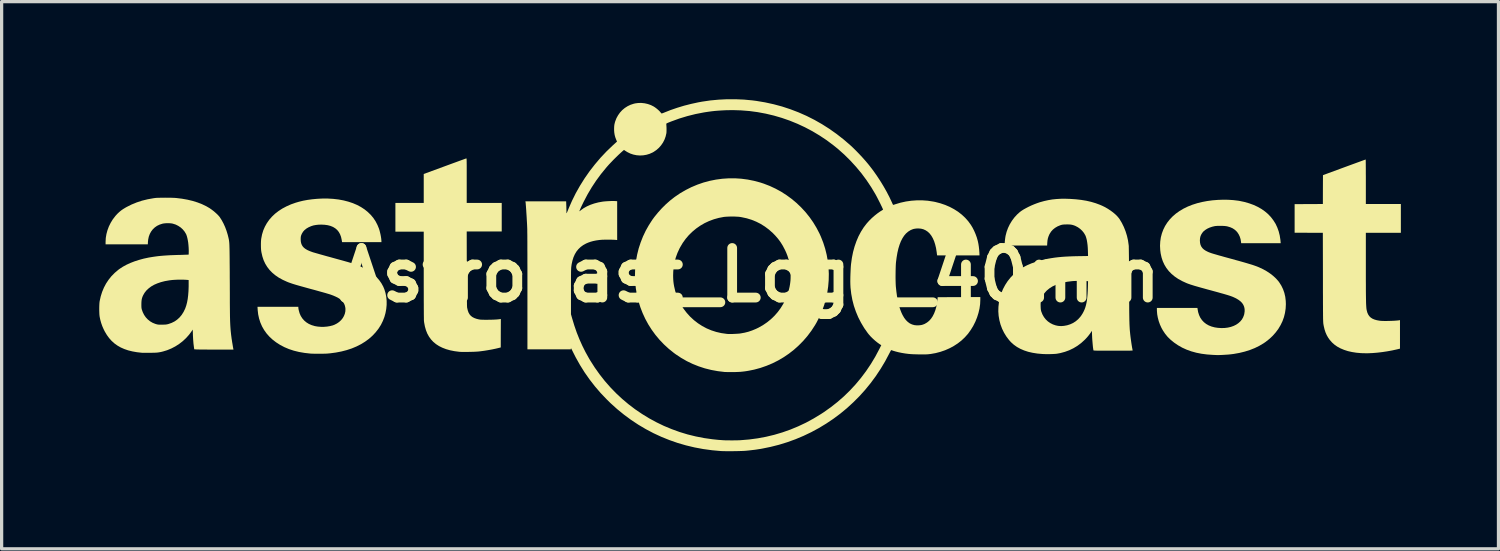
<source format=kicad_pcb>
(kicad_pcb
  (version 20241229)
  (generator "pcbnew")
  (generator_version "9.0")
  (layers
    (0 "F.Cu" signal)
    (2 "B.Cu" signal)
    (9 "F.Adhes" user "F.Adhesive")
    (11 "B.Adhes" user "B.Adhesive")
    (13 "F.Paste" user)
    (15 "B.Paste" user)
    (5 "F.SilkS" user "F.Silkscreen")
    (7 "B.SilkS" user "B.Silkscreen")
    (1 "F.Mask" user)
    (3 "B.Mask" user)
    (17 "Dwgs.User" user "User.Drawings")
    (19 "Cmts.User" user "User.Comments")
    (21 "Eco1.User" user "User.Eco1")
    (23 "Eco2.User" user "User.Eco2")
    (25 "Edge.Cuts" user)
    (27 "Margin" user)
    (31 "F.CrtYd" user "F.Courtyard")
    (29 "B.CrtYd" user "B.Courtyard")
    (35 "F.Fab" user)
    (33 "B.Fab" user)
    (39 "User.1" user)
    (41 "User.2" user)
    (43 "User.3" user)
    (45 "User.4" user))
  (footprint "Astrocast_Logo_40mm"
    (layer "F.Cu")
    (at 19.997 5.406)
    (property "Reference" "Astrocast_Logo_40mm" (at 0 0 0) (layer "F.SilkS") (effects (font (size 1.524 1.524) (thickness 0.3))))
    (attr board_only exclude_from_pos_files exclude_from_bom)
    (fp_poly (pts (xy -8.713 -3.587) (xy -8.711 -3.586) (xy -8.71 -3.582) (xy -8.708 -3.576) (xy -8.707 -3.566) (xy -8.706 -3.551) (xy -8.705 -3.531) (xy -8.705 -3.505) (xy -8.704 -3.472) (xy -8.704 -3.432) (xy -8.703 -3.383) (xy -8.703 -3.325) (xy -8.703 -3.257) (xy -8.703 -3.178) (xy -8.703 -3.088) (xy -8.703 -2.985) (xy -8.703 -2.905) (xy -8.703 -2.22) (xy -7.627 -2.22) (xy -7.627 -1.342) (xy -8.703 -1.342) (xy -8.701 -0.196) (xy -8.701 -0.041) (xy -8.7 0.1) (xy -8.7 0.229) (xy -8.699 0.345) (xy -8.699 0.451) (xy -8.699 0.545) (xy -8.698 0.629) (xy -8.697 0.702) (xy -8.697 0.767) (xy -8.696 0.822) (xy -8.695 0.869) (xy -8.695 0.908) (xy -8.694 0.94) (xy -8.693 0.964) (xy -8.692 0.983) (xy -8.691 0.996) (xy -8.69 1.001) (xy -8.672 1.079) (xy -8.649 1.146) (xy -8.617 1.203) (xy -8.577 1.25) (xy -8.528 1.288) (xy -8.469 1.319) (xy -8.398 1.344) (xy -8.348 1.356) (xy -8.327 1.361) (xy -8.306 1.364) (xy -8.286 1.367) (xy -8.262 1.369) (xy -8.234 1.37) (xy -8.199 1.371) (xy -8.155 1.372) (xy -8.101 1.372) (xy -8.073 1.372) (xy -7.968 1.371) (xy -7.875 1.368) (xy -7.795 1.364) (xy -7.727 1.358) (xy -7.676 1.351) (xy -7.654 1.347) (xy -7.656 1.785) (xy -7.657 2.222) (xy -7.719 2.238) (xy -7.821 2.262) (xy -7.932 2.285) (xy -8.049 2.306) (xy -8.166 2.325) (xy -8.28 2.34) (xy -8.332 2.346) (xy -8.369 2.349) (xy -8.416 2.352) (xy -8.471 2.355) (xy -8.532 2.357) (xy -8.596 2.358) (xy -8.661 2.36) (xy -8.725 2.36) (xy -8.785 2.36) (xy -8.839 2.36) (xy -8.885 2.359) (xy -8.92 2.357) (xy -8.931 2.356) (xy -9.077 2.337) (xy -9.213 2.31) (xy -9.337 2.275) (xy -9.451 2.231) (xy -9.554 2.18) (xy -9.647 2.12) (xy -9.729 2.052) (xy -9.801 1.975) (xy -9.863 1.889) (xy -9.915 1.795) (xy -9.956 1.691) (xy -9.988 1.579) (xy -10.011 1.458) (xy -10.017 1.408) (xy -10.018 1.392) (xy -10.019 1.362) (xy -10.019 1.319) (xy -10.02 1.263) (xy -10.021 1.194) (xy -10.021 1.111) (xy -10.022 1.016) (xy -10.022 0.907) (xy -10.023 0.786) (xy -10.023 0.653) (xy -10.023 0.507) (xy -10.024 0.348) (xy -10.024 0.177) (xy -10.024 0.004) (xy -10.024 -1.335) (xy -10.895 -1.335) (xy -10.895 -2.22) (xy -10.024 -2.22) (xy -10.024 -3.109) (xy -9.376 -3.347) (xy -9.286 -3.38) (xy -9.199 -3.412) (xy -9.117 -3.442) (xy -9.04 -3.47) (xy -8.969 -3.496) (xy -8.904 -3.52) (xy -8.848 -3.54) (xy -8.801 -3.557) (xy -8.763 -3.571) (xy -8.735 -3.581) (xy -8.719 -3.586) (xy -8.715 -3.587)) (stroke (width 0) (type solid)) (fill yes) (layer "F.SilkS"))
    (fp_poly (pts (xy 18.926 -3.548) (xy 18.927 -3.528) (xy 18.928 -3.497) (xy 18.928 -3.455) (xy 18.929 -3.403) (xy 18.929 -3.342) (xy 18.93 -3.273) (xy 18.93 -3.196) (xy 18.93 -3.114) (xy 18.931 -3.025) (xy 18.931 -2.932) (xy 18.931 -2.87) (xy 18.931 -2.186) (xy 20.007 -2.186) (xy 20.007 -1.301) (xy 18.931 -1.301) (xy 18.931 -0.26) (xy 18.931 -0.107) (xy 18.931 0.034) (xy 18.931 0.162) (xy 18.932 0.279) (xy 18.932 0.384) (xy 18.932 0.479) (xy 18.933 0.565) (xy 18.934 0.641) (xy 18.935 0.709) (xy 18.936 0.769) (xy 18.937 0.822) (xy 18.938 0.868) (xy 18.94 0.908) (xy 18.942 0.944) (xy 18.944 0.974) (xy 18.946 1.001) (xy 18.948 1.025) (xy 18.951 1.045) (xy 18.954 1.064) (xy 18.958 1.081) (xy 18.976 1.15) (xy 19.003 1.21) (xy 19.037 1.261) (xy 19.08 1.303) (xy 19.133 1.338) (xy 19.196 1.365) (xy 19.27 1.386) (xy 19.355 1.401) (xy 19.373 1.403) (xy 19.409 1.406) (xy 19.454 1.408) (xy 19.507 1.409) (xy 19.565 1.409) (xy 19.627 1.408) (xy 19.691 1.406) (xy 19.753 1.404) (xy 19.812 1.401) (xy 19.865 1.397) (xy 19.911 1.393) (xy 19.947 1.389) (xy 19.964 1.386) (xy 19.98 1.382) (xy 19.98 2.259) (xy 19.89 2.281) (xy 19.741 2.314) (xy 19.588 2.342) (xy 19.435 2.365) (xy 19.282 2.383) (xy 19.134 2.395) (xy 18.991 2.401) (xy 18.856 2.4) (xy 18.78 2.397) (xy 18.637 2.384) (xy 18.504 2.363) (xy 18.38 2.335) (xy 18.265 2.298) (xy 18.157 2.253) (xy 18.144 2.247) (xy 18.056 2.199) (xy 17.977 2.145) (xy 17.906 2.083) (xy 17.884 2.061) (xy 17.823 1.992) (xy 17.772 1.92) (xy 17.728 1.843) (xy 17.691 1.759) (xy 17.661 1.666) (xy 17.637 1.563) (xy 17.625 1.497) (xy 17.624 1.488) (xy 17.623 1.478) (xy 17.622 1.465) (xy 17.621 1.45) (xy 17.62 1.432) (xy 17.619 1.411) (xy 17.618 1.385) (xy 17.617 1.354) (xy 17.616 1.318) (xy 17.616 1.276) (xy 17.615 1.227) (xy 17.615 1.171) (xy 17.614 1.108) (xy 17.614 1.036) (xy 17.614 0.955) (xy 17.613 0.865) (xy 17.613 0.765) (xy 17.613 0.654) (xy 17.612 0.532) (xy 17.612 0.399) (xy 17.612 0.253) (xy 17.612 0.094) (xy 17.612 0.063) (xy 17.609 -1.301) (xy 17.175 -1.302) (xy 16.742 -1.304) (xy 16.742 -2.182) (xy 17.176 -2.184) (xy 17.61 -2.186) (xy 17.611 -2.63) (xy 17.613 -3.073) (xy 18.267 -3.314) (xy 18.357 -3.347) (xy 18.444 -3.379) (xy 18.526 -3.409) (xy 18.603 -3.437) (xy 18.674 -3.463) (xy 18.738 -3.486) (xy 18.794 -3.507) (xy 18.841 -3.524) (xy 18.879 -3.538) (xy 18.906 -3.547) (xy 18.922 -3.553) (xy 18.926 -3.554)) (stroke (width 0) (type solid)) (fill yes) (layer "F.SilkS"))
    (fp_poly (pts (xy -0.261 -2.963) (xy -0.065 -2.937) (xy 0.129 -2.898) (xy 0.323 -2.846) (xy 0.426 -2.812) (xy 0.61 -2.741) (xy 0.788 -2.658) (xy 0.961 -2.564) (xy 1.126 -2.458) (xy 1.285 -2.342) (xy 1.435 -2.216) (xy 1.577 -2.08) (xy 1.71 -1.936) (xy 1.833 -1.783) (xy 1.946 -1.622) (xy 2.048 -1.453) (xy 2.139 -1.278) (xy 2.181 -1.185) (xy 2.254 -1) (xy 2.314 -0.812) (xy 2.361 -0.621) (xy 2.395 -0.429) (xy 2.417 -0.234) (xy 2.426 -0.04) (xy 2.422 0.155) (xy 2.406 0.349) (xy 2.378 0.542) (xy 2.337 0.732) (xy 2.283 0.92) (xy 2.217 1.104) (xy 2.139 1.283) (xy 2.048 1.458) (xy 2.001 1.539) (xy 1.891 1.708) (xy 1.771 1.868) (xy 1.641 2.019) (xy 1.502 2.16) (xy 1.355 2.292) (xy 1.2 2.413) (xy 1.038 2.523) (xy 0.868 2.623) (xy 0.692 2.711) (xy 0.51 2.787) (xy 0.323 2.852) (xy 0.131 2.904) (xy -0.037 2.938) (xy -0.108 2.95) (xy -0.172 2.959) (xy -0.233 2.966) (xy -0.294 2.972) (xy -0.359 2.975) (xy -0.431 2.978) (xy -0.513 2.979) (xy -0.514 2.979) (xy -0.569 2.98) (xy -0.623 2.98) (xy -0.673 2.979) (xy -0.718 2.978) (xy -0.754 2.977) (xy -0.779 2.976) (xy -0.78 2.976) (xy -0.986 2.951) (xy -1.188 2.914) (xy -1.384 2.865) (xy -1.574 2.803) (xy -1.759 2.729) (xy -1.938 2.643) (xy -2.111 2.544) (xy -2.277 2.434) (xy -2.336 2.391) (xy -2.493 2.265) (xy -2.64 2.13) (xy -2.777 1.987) (xy -2.903 1.836) (xy -3.018 1.678) (xy -3.123 1.513) (xy -3.216 1.342) (xy -3.297 1.166) (xy -3.367 0.985) (xy -3.425 0.799) (xy -3.471 0.61) (xy -3.504 0.417) (xy -3.525 0.222) (xy -3.533 0.024) (xy -3.532 0.003) (xy -2.359 0.003) (xy -2.358 0.078) (xy -2.355 0.143) (xy -2.35 0.205) (xy -2.342 0.267) (xy -2.331 0.333) (xy -2.328 0.347) (xy -2.294 0.493) (xy -2.247 0.636) (xy -2.188 0.775) (xy -2.117 0.91) (xy -2.035 1.038) (xy -1.942 1.159) (xy -1.84 1.272) (xy -1.835 1.277) (xy -1.719 1.384) (xy -1.595 1.48) (xy -1.465 1.564) (xy -1.328 1.637) (xy -1.185 1.697) (xy -1.036 1.745) (xy -0.881 1.781) (xy -0.721 1.804) (xy -0.695 1.807) (xy -0.662 1.809) (xy -0.619 1.81) (xy -0.568 1.809) (xy -0.513 1.808) (xy -0.457 1.805) (xy -0.402 1.802) (xy -0.352 1.799) (xy -0.31 1.795) (xy -0.289 1.792) (xy -0.163 1.769) (xy -0.044 1.739) (xy 0.07 1.7) (xy 0.184 1.653) (xy 0.265 1.614) (xy 0.4 1.538) (xy 0.527 1.451) (xy 0.646 1.355) (xy 0.756 1.249) (xy 0.856 1.135) (xy 0.946 1.013) (xy 1.026 0.883) (xy 1.094 0.748) (xy 1.151 0.607) (xy 1.196 0.46) (xy 1.219 0.363) (xy 1.232 0.291) (xy 1.241 0.226) (xy 1.248 0.162) (xy 1.251 0.096) (xy 1.252 0.024) (xy 1.251 -0.047) (xy 1.248 -0.121) (xy 1.244 -0.186) (xy 1.238 -0.246) (xy 1.23 -0.303) (xy 1.218 -0.362) (xy 1.203 -0.428) (xy 1.201 -0.436) (xy 1.179 -0.517) (xy 1.155 -0.593) (xy 1.126 -0.668) (xy 1.092 -0.746) (xy 1.069 -0.793) (xy 1.007 -0.91) (xy 0.94 -1.017) (xy 0.865 -1.118) (xy 0.781 -1.215) (xy 0.704 -1.294) (xy 0.586 -1.399) (xy 0.462 -1.492) (xy 0.332 -1.574) (xy 0.195 -1.643) (xy 0.052 -1.701) (xy -0.098 -1.747) (xy -0.256 -1.781) (xy -0.304 -1.789) (xy -0.348 -1.794) (xy -0.401 -1.797) (xy -0.463 -1.8) (xy -0.528 -1.801) (xy -0.595 -1.801) (xy -0.659 -1.799) (xy -0.719 -1.796) (xy -0.771 -1.792) (xy -0.8 -1.789) (xy -0.956 -1.759) (xy -1.107 -1.717) (xy -1.253 -1.663) (xy -1.392 -1.598) (xy -1.524 -1.521) (xy -1.649 -1.434) (xy -1.766 -1.337) (xy -1.875 -1.231) (xy -1.974 -1.115) (xy -2.064 -0.99) (xy -2.143 -0.856) (xy -2.164 -0.817) (xy -2.227 -0.68) (xy -2.277 -0.543) (xy -2.315 -0.405) (xy -2.341 -0.263) (xy -2.355 -0.115) (xy -2.359 0.003) (xy -3.532 0.003) (xy -3.527 -0.175) (xy -3.509 -0.376) (xy -3.5 -0.439) (xy -3.465 -0.631) (xy -3.418 -0.82) (xy -3.357 -1.006) (xy -3.285 -1.189) (xy -3.201 -1.366) (xy -3.105 -1.536) (xy -3 -1.699) (xy -2.935 -1.788) (xy -2.826 -1.922) (xy -2.708 -2.053) (xy -2.583 -2.177) (xy -2.454 -2.291) (xy -2.321 -2.395) (xy -2.308 -2.405) (xy -2.142 -2.518) (xy -1.969 -2.618) (xy -1.792 -2.707) (xy -1.609 -2.783) (xy -1.424 -2.847) (xy -1.234 -2.898) (xy -1.043 -2.936) (xy -0.849 -2.962) (xy -0.654 -2.975) (xy -0.458 -2.976)) (stroke (width 0) (type solid)) (fill yes) (layer "F.SilkS"))
    (fp_poly (pts (xy -12.976 -2.354) (xy -12.805 -2.344) (xy -12.642 -2.325) (xy -12.487 -2.296) (xy -12.34 -2.258) (xy -12.202 -2.212) (xy -12.073 -2.157) (xy -11.953 -2.093) (xy -11.843 -2.021) (xy -11.743 -1.94) (xy -11.652 -1.852) (xy -11.572 -1.756) (xy -11.503 -1.652) (xy -11.445 -1.54) (xy -11.4 -1.429) (xy -11.383 -1.374) (xy -11.367 -1.312) (xy -11.352 -1.248) (xy -11.34 -1.184) (xy -11.331 -1.124) (xy -11.326 -1.071) (xy -11.324 -1.037) (xy -11.324 -1.015) (xy -12.534 -1.015) (xy -12.546 -1.088) (xy -12.566 -1.177) (xy -12.596 -1.257) (xy -12.635 -1.327) (xy -12.683 -1.387) (xy -12.742 -1.438) (xy -12.81 -1.48) (xy -12.888 -1.512) (xy -12.975 -1.535) (xy -13.073 -1.548) (xy -13.175 -1.553) (xy -13.264 -1.55) (xy -13.343 -1.541) (xy -13.416 -1.527) (xy -13.485 -1.505) (xy -13.553 -1.475) (xy -13.555 -1.475) (xy -13.626 -1.434) (xy -13.686 -1.387) (xy -13.733 -1.334) (xy -13.77 -1.273) (xy -13.79 -1.226) (xy -13.798 -1.199) (xy -13.803 -1.171) (xy -13.805 -1.137) (xy -13.806 -1.11) (xy -13.803 -1.044) (xy -13.792 -0.984) (xy -13.773 -0.932) (xy -13.745 -0.885) (xy -13.707 -0.843) (xy -13.658 -0.805) (xy -13.598 -0.77) (xy -13.526 -0.738) (xy -13.442 -0.707) (xy -13.435 -0.705) (xy -13.414 -0.698) (xy -13.381 -0.689) (xy -13.337 -0.676) (xy -13.283 -0.661) (xy -13.222 -0.643) (xy -13.153 -0.624) (xy -13.079 -0.603) (xy -13.001 -0.581) (xy -12.919 -0.559) (xy -12.836 -0.536) (xy -12.833 -0.535) (xy -12.728 -0.506) (xy -12.634 -0.48) (xy -12.552 -0.458) (xy -12.481 -0.438) (xy -12.418 -0.42) (xy -12.364 -0.405) (xy -12.316 -0.391) (xy -12.275 -0.379) (xy -12.24 -0.368) (xy -12.208 -0.358) (xy -12.18 -0.349) (xy -12.153 -0.34) (xy -12.129 -0.331) (xy -12.104 -0.322) (xy -12.079 -0.312) (xy -12.06 -0.305) (xy -11.919 -0.244) (xy -11.789 -0.177) (xy -11.672 -0.104) (xy -11.567 -0.025) (xy -11.474 0.061) (xy -11.394 0.152) (xy -11.325 0.25) (xy -11.268 0.354) (xy -11.234 0.436) (xy -11.199 0.549) (xy -11.176 0.668) (xy -11.164 0.79) (xy -11.164 0.914) (xy -11.176 1.039) (xy -11.199 1.164) (xy -11.233 1.286) (xy -11.279 1.405) (xy -11.335 1.519) (xy -11.342 1.532) (xy -11.418 1.651) (xy -11.505 1.761) (xy -11.602 1.864) (xy -11.709 1.959) (xy -11.827 2.045) (xy -11.954 2.123) (xy -12.09 2.192) (xy -12.236 2.253) (xy -12.391 2.304) (xy -12.553 2.346) (xy -12.724 2.379) (xy -12.903 2.403) (xy -12.993 2.411) (xy -13.032 2.413) (xy -13.081 2.414) (xy -13.138 2.416) (xy -13.2 2.416) (xy -13.264 2.416) (xy -13.328 2.416) (xy -13.388 2.415) (xy -13.442 2.414) (xy -13.488 2.412) (xy -13.514 2.41) (xy -13.69 2.39) (xy -13.858 2.361) (xy -14.016 2.322) (xy -14.165 2.273) (xy -14.305 2.214) (xy -14.437 2.145) (xy -14.56 2.066) (xy -14.668 1.983) (xy -14.766 1.892) (xy -14.853 1.794) (xy -14.929 1.688) (xy -14.993 1.576) (xy -15.045 1.457) (xy -15.085 1.332) (xy -15.113 1.202) (xy -15.128 1.068) (xy -15.128 1.056) (xy -15.133 0.974) (xy -13.878 0.974) (xy -13.878 0.996) (xy -13.877 1.013) (xy -13.873 1.038) (xy -13.868 1.068) (xy -13.865 1.079) (xy -13.84 1.17) (xy -13.804 1.253) (xy -13.757 1.327) (xy -13.7 1.393) (xy -13.633 1.45) (xy -13.557 1.498) (xy -13.471 1.536) (xy -13.377 1.564) (xy -13.367 1.567) (xy -13.277 1.582) (xy -13.183 1.589) (xy -13.088 1.589) (xy -12.994 1.581) (xy -12.904 1.566) (xy -12.821 1.545) (xy -12.768 1.525) (xy -12.692 1.486) (xy -12.624 1.439) (xy -12.565 1.384) (xy -12.515 1.323) (xy -12.477 1.257) (xy -12.449 1.187) (xy -12.433 1.114) (xy -12.43 1.04) (xy -12.434 0.999) (xy -12.447 0.939) (xy -12.468 0.884) (xy -12.498 0.834) (xy -12.538 0.787) (xy -12.588 0.743) (xy -12.65 0.703) (xy -12.723 0.664) (xy -12.808 0.627) (xy -12.892 0.596) (xy -12.914 0.589) (xy -12.947 0.579) (xy -12.991 0.566) (xy -13.044 0.55) (xy -13.105 0.533) (xy -13.173 0.514) (xy -13.246 0.494) (xy -13.323 0.472) (xy -13.402 0.45) (xy -13.456 0.436) (xy -13.566 0.406) (xy -13.663 0.379) (xy -13.749 0.355) (xy -13.825 0.334) (xy -13.892 0.315) (xy -13.951 0.298) (xy -14.003 0.282) (xy -14.049 0.268) (xy -14.09 0.254) (xy -14.127 0.241) (xy -14.162 0.229) (xy -14.194 0.217) (xy -14.225 0.204) (xy -14.226 0.204) (xy -14.357 0.144) (xy -14.476 0.079) (xy -14.583 0.006) (xy -14.678 -0.073) (xy -14.762 -0.159) (xy -14.834 -0.252) (xy -14.895 -0.352) (xy -14.945 -0.459) (xy -14.983 -0.574) (xy -15.011 -0.696) (xy -15.019 -0.743) (xy -15.024 -0.791) (xy -15.027 -0.849) (xy -15.028 -0.912) (xy -15.028 -0.976) (xy -15.026 -1.038) (xy -15.022 -1.092) (xy -15.018 -1.123) (xy -14.993 -1.251) (xy -14.956 -1.373) (xy -14.906 -1.489) (xy -14.845 -1.598) (xy -14.772 -1.702) (xy -14.688 -1.798) (xy -14.593 -1.888) (xy -14.487 -1.971) (xy -14.37 -2.046) (xy -14.242 -2.114) (xy -14.105 -2.175) (xy -13.957 -2.227) (xy -13.857 -2.256) (xy -13.731 -2.287) (xy -13.596 -2.312) (xy -13.454 -2.331) (xy -13.309 -2.345) (xy -13.164 -2.353) (xy -13.021 -2.355)) (stroke (width 0) (type solid)) (fill yes) (layer "F.SilkS"))
    (fp_poly (pts (xy 14.702 -2.316) (xy 14.858 -2.306) (xy 15.007 -2.288) (xy 15.049 -2.281) (xy 15.199 -2.249) (xy 15.342 -2.208) (xy 15.477 -2.159) (xy 15.603 -2.101) (xy 15.72 -2.035) (xy 15.827 -1.96) (xy 15.923 -1.879) (xy 16.008 -1.79) (xy 16.014 -1.783) (xy 16.09 -1.683) (xy 16.156 -1.578) (xy 16.209 -1.465) (xy 16.252 -1.346) (xy 16.284 -1.219) (xy 16.305 -1.084) (xy 16.311 -1.016) (xy 16.314 -0.981) (xy 15.099 -0.981) (xy 15.094 -1.024) (xy 15.081 -1.105) (xy 15.057 -1.182) (xy 15.023 -1.254) (xy 14.982 -1.316) (xy 14.951 -1.351) (xy 14.896 -1.4) (xy 14.835 -1.44) (xy 14.765 -1.471) (xy 14.686 -1.495) (xy 14.65 -1.503) (xy 14.614 -1.508) (xy 14.569 -1.512) (xy 14.516 -1.514) (xy 14.461 -1.515) (xy 14.406 -1.515) (xy 14.355 -1.513) (xy 14.312 -1.509) (xy 14.287 -1.506) (xy 14.206 -1.487) (xy 14.13 -1.461) (xy 14.06 -1.429) (xy 13.999 -1.391) (xy 13.947 -1.35) (xy 13.914 -1.313) (xy 13.876 -1.256) (xy 13.85 -1.199) (xy 13.835 -1.138) (xy 13.83 -1.069) (xy 13.83 -1.066) (xy 13.835 -0.995) (xy 13.849 -0.933) (xy 13.873 -0.879) (xy 13.908 -0.83) (xy 13.954 -0.787) (xy 14.013 -0.748) (xy 14.059 -0.725) (xy 14.077 -0.716) (xy 14.095 -0.708) (xy 14.114 -0.7) (xy 14.136 -0.692) (xy 14.161 -0.683) (xy 14.189 -0.673) (xy 14.222 -0.663) (xy 14.261 -0.651) (xy 14.306 -0.638) (xy 14.358 -0.623) (xy 14.419 -0.605) (xy 14.49 -0.586) (xy 14.57 -0.563) (xy 14.661 -0.538) (xy 14.764 -0.51) (xy 14.808 -0.498) (xy 14.922 -0.466) (xy 15.025 -0.438) (xy 15.117 -0.412) (xy 15.198 -0.389) (xy 15.27 -0.368) (xy 15.333 -0.349) (xy 15.39 -0.332) (xy 15.44 -0.317) (xy 15.484 -0.302) (xy 15.524 -0.288) (xy 15.561 -0.275) (xy 15.595 -0.262) (xy 15.627 -0.249) (xy 15.659 -0.235) (xy 15.778 -0.179) (xy 15.889 -0.116) (xy 15.993 -0.047) (xy 16.087 0.027) (xy 16.17 0.104) (xy 16.242 0.185) (xy 16.27 0.223) (xy 16.334 0.324) (xy 16.386 0.432) (xy 16.426 0.545) (xy 16.454 0.665) (xy 16.469 0.791) (xy 16.473 0.892) (xy 16.466 1.028) (xy 16.446 1.161) (xy 16.414 1.29) (xy 16.369 1.415) (xy 16.311 1.535) (xy 16.242 1.651) (xy 16.161 1.76) (xy 16.069 1.864) (xy 15.966 1.961) (xy 15.852 2.051) (xy 15.788 2.095) (xy 15.658 2.172) (xy 15.518 2.241) (xy 15.369 2.3) (xy 15.21 2.35) (xy 15.043 2.391) (xy 14.868 2.422) (xy 14.773 2.434) (xy 14.743 2.437) (xy 14.704 2.441) (xy 14.659 2.444) (xy 14.609 2.447) (xy 14.558 2.45) (xy 14.508 2.453) (xy 14.461 2.455) (xy 14.42 2.456) (xy 14.388 2.457) (xy 14.366 2.457) (xy 14.365 2.457) (xy 14.351 2.457) (xy 14.327 2.455) (xy 14.295 2.454) (xy 14.257 2.452) (xy 14.229 2.451) (xy 14.049 2.438) (xy 13.879 2.416) (xy 13.718 2.384) (xy 13.566 2.342) (xy 13.422 2.29) (xy 13.286 2.228) (xy 13.159 2.156) (xy 13.039 2.074) (xy 12.933 1.988) (xy 12.842 1.9) (xy 12.763 1.804) (xy 12.693 1.699) (xy 12.65 1.622) (xy 12.603 1.519) (xy 12.565 1.413) (xy 12.537 1.306) (xy 12.518 1.201) (xy 12.51 1.099) (xy 12.509 1.078) (xy 12.509 1.008) (xy 13.755 1.008) (xy 13.759 1.04) (xy 13.777 1.139) (xy 13.806 1.229) (xy 13.845 1.311) (xy 13.895 1.383) (xy 13.954 1.446) (xy 14.023 1.5) (xy 14.102 1.545) (xy 14.19 1.58) (xy 14.288 1.606) (xy 14.383 1.62) (xy 14.491 1.627) (xy 14.594 1.624) (xy 14.691 1.612) (xy 14.782 1.591) (xy 14.867 1.561) (xy 14.944 1.523) (xy 15.012 1.477) (xy 15.071 1.424) (xy 15.121 1.364) (xy 15.159 1.297) (xy 15.187 1.224) (xy 15.195 1.19) (xy 15.206 1.113) (xy 15.205 1.042) (xy 15.192 0.977) (xy 15.167 0.916) (xy 15.13 0.859) (xy 15.08 0.807) (xy 15.017 0.759) (xy 14.942 0.714) (xy 14.874 0.682) (xy 14.85 0.671) (xy 14.825 0.661) (xy 14.798 0.651) (xy 14.768 0.64) (xy 14.735 0.629) (xy 14.697 0.617) (xy 14.654 0.604) (xy 14.603 0.589) (xy 14.545 0.572) (xy 14.478 0.554) (xy 14.402 0.532) (xy 14.314 0.508) (xy 14.215 0.481) (xy 14.164 0.467) (xy 14.056 0.438) (xy 13.96 0.411) (xy 13.876 0.388) (xy 13.801 0.367) (xy 13.735 0.348) (xy 13.678 0.332) (xy 13.627 0.316) (xy 13.583 0.302) (xy 13.543 0.29) (xy 13.508 0.277) (xy 13.475 0.266) (xy 13.444 0.254) (xy 13.414 0.242) (xy 13.414 0.242) (xy 13.283 0.182) (xy 13.163 0.116) (xy 13.055 0.042) (xy 12.959 -0.038) (xy 12.874 -0.125) (xy 12.801 -0.219) (xy 12.74 -0.32) (xy 12.69 -0.428) (xy 12.652 -0.544) (xy 12.625 -0.666) (xy 12.612 -0.766) (xy 12.605 -0.902) (xy 12.612 -1.033) (xy 12.63 -1.159) (xy 12.662 -1.281) (xy 12.705 -1.397) (xy 12.76 -1.509) (xy 12.827 -1.614) (xy 12.905 -1.713) (xy 12.994 -1.806) (xy 13.094 -1.892) (xy 13.205 -1.971) (xy 13.326 -2.043) (xy 13.457 -2.107) (xy 13.598 -2.163) (xy 13.749 -2.211) (xy 13.752 -2.212) (xy 13.899 -2.248) (xy 14.053 -2.277) (xy 14.214 -2.299) (xy 14.377 -2.312) (xy 14.54 -2.318)) (stroke (width 0) (type solid)) (fill yes) (layer "F.SilkS"))
    (fp_poly (pts (xy 9.84 -2.343) (xy 10.018 -2.331) (xy 10.184 -2.312) (xy 10.341 -2.286) (xy 10.489 -2.252) (xy 10.629 -2.21) (xy 10.761 -2.161) (xy 10.828 -2.132) (xy 10.916 -2.089) (xy 11.002 -2.039) (xy 11.084 -1.985) (xy 11.16 -1.929) (xy 11.23 -1.87) (xy 11.29 -1.811) (xy 11.339 -1.753) (xy 11.358 -1.727) (xy 11.43 -1.608) (xy 11.493 -1.481) (xy 11.546 -1.347) (xy 11.589 -1.209) (xy 11.621 -1.068) (xy 11.641 -0.927) (xy 11.644 -0.899) (xy 11.645 -0.881) (xy 11.645 -0.851) (xy 11.646 -0.808) (xy 11.647 -0.754) (xy 11.648 -0.688) (xy 11.649 -0.612) (xy 11.65 -0.527) (xy 11.651 -0.432) (xy 11.651 -0.328) (xy 11.652 -0.217) (xy 11.653 -0.099) (xy 11.653 0.027) (xy 11.654 0.158) (xy 11.655 0.289) (xy 11.655 0.444) (xy 11.656 0.586) (xy 11.656 0.715) (xy 11.657 0.833) (xy 11.658 0.941) (xy 11.658 1.038) (xy 11.659 1.126) (xy 11.66 1.206) (xy 11.661 1.277) (xy 11.662 1.341) (xy 11.663 1.399) (xy 11.665 1.452) (xy 11.666 1.499) (xy 11.668 1.542) (xy 11.67 1.581) (xy 11.672 1.617) (xy 11.674 1.652) (xy 11.676 1.684) (xy 11.679 1.717) (xy 11.682 1.749) (xy 11.683 1.753) (xy 11.688 1.809) (xy 11.695 1.87) (xy 11.703 1.934) (xy 11.712 1.998) (xy 11.721 2.062) (xy 11.73 2.123) (xy 11.739 2.179) (xy 11.747 2.228) (xy 11.755 2.268) (xy 11.761 2.299) (xy 11.764 2.31) (xy 11.764 2.312) (xy 11.763 2.314) (xy 11.759 2.316) (xy 11.751 2.317) (xy 11.739 2.318) (xy 11.723 2.319) (xy 11.7 2.32) (xy 11.671 2.321) (xy 11.634 2.321) (xy 11.589 2.321) (xy 11.535 2.322) (xy 11.471 2.322) (xy 11.396 2.322) (xy 11.309 2.322) (xy 11.21 2.322) (xy 11.165 2.322) (xy 11.061 2.322) (xy 10.969 2.322) (xy 10.889 2.322) (xy 10.821 2.322) (xy 10.762 2.322) (xy 10.713 2.321) (xy 10.673 2.321) (xy 10.64 2.32) (xy 10.615 2.319) (xy 10.595 2.318) (xy 10.581 2.317) (xy 10.571 2.316) (xy 10.565 2.315) (xy 10.561 2.313) (xy 10.559 2.311) (xy 10.559 2.31) (xy 10.555 2.289) (xy 10.55 2.256) (xy 10.544 2.214) (xy 10.539 2.164) (xy 10.534 2.109) (xy 10.529 2.051) (xy 10.524 1.991) (xy 10.52 1.932) (xy 10.518 1.876) (xy 10.516 1.845) (xy 10.512 1.712) (xy 10.475 1.767) (xy 10.434 1.824) (xy 10.393 1.876) (xy 10.349 1.927) (xy 10.298 1.981) (xy 10.286 1.992) (xy 10.18 2.088) (xy 10.066 2.173) (xy 9.945 2.246) (xy 9.817 2.308) (xy 9.683 2.357) (xy 9.543 2.395) (xy 9.442 2.414) (xy 9.404 2.419) (xy 9.355 2.422) (xy 9.298 2.425) (xy 9.236 2.427) (xy 9.172 2.428) (xy 9.107 2.428) (xy 9.046 2.426) (xy 8.992 2.424) (xy 8.836 2.41) (xy 8.69 2.387) (xy 8.554 2.356) (xy 8.429 2.315) (xy 8.313 2.265) (xy 8.208 2.207) (xy 8.112 2.139) (xy 8.026 2.062) (xy 7.966 1.996) (xy 7.882 1.885) (xy 7.81 1.767) (xy 7.75 1.644) (xy 7.703 1.517) (xy 7.668 1.385) (xy 7.645 1.25) (xy 7.635 1.113) (xy 7.639 0.974) (xy 7.647 0.905) (xy 8.935 0.905) (xy 8.936 0.965) (xy 8.938 1.008) (xy 8.94 1.041) (xy 8.944 1.069) (xy 8.949 1.093) (xy 8.956 1.119) (xy 8.958 1.124) (xy 8.992 1.21) (xy 9.038 1.29) (xy 9.093 1.36) (xy 9.158 1.422) (xy 9.231 1.473) (xy 9.311 1.514) (xy 9.398 1.544) (xy 9.471 1.559) (xy 9.524 1.564) (xy 9.58 1.565) (xy 9.642 1.56) (xy 9.654 1.559) (xy 9.752 1.541) (xy 9.845 1.511) (xy 9.934 1.47) (xy 10.016 1.417) (xy 10.09 1.354) (xy 10.155 1.282) (xy 10.188 1.237) (xy 10.225 1.179) (xy 10.257 1.119) (xy 10.285 1.058) (xy 10.309 0.993) (xy 10.329 0.924) (xy 10.346 0.848) (xy 10.36 0.766) (xy 10.37 0.675) (xy 10.379 0.574) (xy 10.385 0.461) (xy 10.389 0.353) (xy 10.393 0.186) (xy 10.33 0.182) (xy 10.289 0.179) (xy 10.238 0.178) (xy 10.181 0.177) (xy 10.12 0.177) (xy 10.06 0.178) (xy 10.003 0.179) (xy 9.953 0.181) (xy 9.912 0.184) (xy 9.908 0.184) (xy 9.764 0.202) (xy 9.63 0.227) (xy 9.508 0.26) (xy 9.396 0.301) (xy 9.296 0.349) (xy 9.207 0.406) (xy 9.129 0.47) (xy 9.104 0.495) (xy 9.052 0.555) (xy 9.011 0.615) (xy 8.979 0.678) (xy 8.969 0.705) (xy 8.954 0.752) (xy 8.943 0.799) (xy 8.937 0.849) (xy 8.935 0.905) (xy 7.647 0.905) (xy 7.655 0.833) (xy 7.684 0.692) (xy 7.685 0.69) (xy 7.726 0.556) (xy 7.78 0.426) (xy 7.846 0.302) (xy 7.922 0.185) (xy 8.01 0.075) (xy 8.107 -0.026) (xy 8.213 -0.118) (xy 8.301 -0.182) (xy 8.404 -0.245) (xy 8.52 -0.304) (xy 8.645 -0.358) (xy 8.779 -0.406) (xy 8.921 -0.449) (xy 9.068 -0.485) (xy 9.176 -0.507) (xy 9.277 -0.524) (xy 9.378 -0.539) (xy 9.481 -0.551) (xy 9.587 -0.561) (xy 9.699 -0.569) (xy 9.819 -0.575) (xy 9.949 -0.58) (xy 10.089 -0.583) (xy 10.108 -0.583) (xy 10.393 -0.588) (xy 10.389 -0.742) (xy 10.385 -0.836) (xy 10.378 -0.925) (xy 10.367 -1.008) (xy 10.354 -1.083) (xy 10.337 -1.148) (xy 10.319 -1.202) (xy 10.309 -1.224) (xy 10.267 -1.296) (xy 10.213 -1.363) (xy 10.15 -1.422) (xy 10.08 -1.472) (xy 10.004 -1.512) (xy 9.972 -1.525) (xy 9.93 -1.539) (xy 9.89 -1.549) (xy 9.849 -1.555) (xy 9.803 -1.558) (xy 9.75 -1.559) (xy 9.714 -1.558) (xy 9.671 -1.557) (xy 9.639 -1.555) (xy 9.614 -1.552) (xy 9.592 -1.548) (xy 9.57 -1.543) (xy 9.545 -1.535) (xy 9.54 -1.533) (xy 9.455 -1.498) (xy 9.379 -1.453) (xy 9.313 -1.4) (xy 9.257 -1.338) (xy 9.212 -1.267) (xy 9.203 -1.25) (xy 9.177 -1.188) (xy 9.158 -1.128) (xy 9.146 -1.064) (xy 9.14 -0.994) (xy 9.135 -0.909) (xy 7.835 -0.909) (xy 7.832 -0.947) (xy 7.832 -0.979) (xy 7.834 -1.022) (xy 7.839 -1.071) (xy 7.845 -1.122) (xy 7.852 -1.172) (xy 7.859 -1.211) (xy 7.89 -1.331) (xy 7.933 -1.449) (xy 7.988 -1.563) (xy 8.053 -1.67) (xy 8.128 -1.771) (xy 8.212 -1.863) (xy 8.3 -1.942) (xy 8.352 -1.98) (xy 8.415 -2.02) (xy 8.487 -2.06) (xy 8.566 -2.101) (xy 8.649 -2.14) (xy 8.734 -2.176) (xy 8.82 -2.209) (xy 8.904 -2.238) (xy 8.924 -2.244) (xy 9.048 -2.278) (xy 9.171 -2.305) (xy 9.295 -2.326) (xy 9.422 -2.339) (xy 9.555 -2.347) (xy 9.695 -2.348)) (stroke (width 0) (type solid)) (fill yes) (layer "F.SilkS"))
    (fp_poly (pts (xy -17.906 -2.379) (xy -17.841 -2.379) (xy -17.78 -2.378) (xy -17.724 -2.376) (xy -17.676 -2.374) (xy -17.639 -2.371) (xy -17.634 -2.371) (xy -17.455 -2.349) (xy -17.286 -2.319) (xy -17.126 -2.281) (xy -16.976 -2.234) (xy -16.837 -2.18) (xy -16.708 -2.118) (xy -16.605 -2.058) (xy -16.549 -2.019) (xy -16.492 -1.976) (xy -16.437 -1.93) (xy -16.386 -1.884) (xy -16.341 -1.839) (xy -16.305 -1.798) (xy -16.292 -1.781) (xy -16.233 -1.689) (xy -16.178 -1.587) (xy -16.128 -1.477) (xy -16.085 -1.362) (xy -16.049 -1.244) (xy -16.041 -1.212) (xy -16.033 -1.18) (xy -16.026 -1.151) (xy -16.02 -1.124) (xy -16.014 -1.098) (xy -16.01 -1.073) (xy -16.006 -1.046) (xy -16.003 -1.017) (xy -16 -0.985) (xy -15.998 -0.949) (xy -15.996 -0.907) (xy -15.995 -0.859) (xy -15.993 -0.803) (xy -15.992 -0.739) (xy -15.991 -0.665) (xy -15.99 -0.58) (xy -15.989 -0.483) (xy -15.989 -0.422) (xy -15.988 -0.319) (xy -15.987 -0.205) (xy -15.986 -0.082) (xy -15.986 0.045) (xy -15.985 0.175) (xy -15.984 0.304) (xy -15.984 0.43) (xy -15.983 0.55) (xy -15.983 0.66) (xy -15.983 0.705) (xy -15.983 0.838) (xy -15.982 0.959) (xy -15.981 1.068) (xy -15.98 1.168) (xy -15.979 1.258) (xy -15.977 1.339) (xy -15.975 1.414) (xy -15.972 1.483) (xy -15.969 1.547) (xy -15.965 1.608) (xy -15.961 1.666) (xy -15.956 1.722) (xy -15.95 1.778) (xy -15.944 1.835) (xy -15.937 1.886) (xy -15.933 1.917) (xy -15.928 1.956) (xy -15.92 2.003) (xy -15.913 2.053) (xy -15.904 2.104) (xy -15.896 2.153) (xy -15.889 2.197) (xy -15.882 2.235) (xy -15.877 2.262) (xy -15.876 2.266) (xy -15.872 2.288) (xy -16.398 2.288) (xy -16.484 2.288) (xy -16.568 2.288) (xy -16.647 2.288) (xy -16.722 2.287) (xy -16.791 2.287) (xy -16.853 2.286) (xy -16.906 2.286) (xy -16.949 2.285) (xy -16.981 2.284) (xy -17.001 2.284) (xy -17.001 2.284) (xy -17.077 2.279) (xy -17.085 2.227) (xy -17.101 2.101) (xy -17.111 1.974) (xy -17.118 1.841) (xy -17.118 1.829) (xy -17.123 1.673) (xy -17.154 1.72) (xy -17.236 1.831) (xy -17.329 1.935) (xy -17.431 2.03) (xy -17.541 2.115) (xy -17.658 2.19) (xy -17.781 2.254) (xy -17.909 2.307) (xy -18.013 2.339) (xy -18.06 2.352) (xy -18.102 2.362) (xy -18.14 2.369) (xy -18.177 2.375) (xy -18.216 2.38) (xy -18.259 2.383) (xy -18.309 2.385) (xy -18.367 2.386) (xy -18.436 2.387) (xy -18.441 2.387) (xy -18.495 2.387) (xy -18.546 2.387) (xy -18.592 2.387) (xy -18.631 2.387) (xy -18.662 2.387) (xy -18.681 2.386) (xy -18.686 2.386) (xy -18.837 2.369) (xy -18.978 2.344) (xy -19.108 2.312) (xy -19.227 2.271) (xy -19.338 2.222) (xy -19.439 2.164) (xy -19.532 2.097) (xy -19.616 2.021) (xy -19.693 1.935) (xy -19.763 1.839) (xy -19.827 1.732) (xy -19.864 1.658) (xy -19.904 1.566) (xy -19.937 1.472) (xy -19.965 1.372) (xy -19.984 1.28) (xy -19.989 1.244) (xy -19.993 1.198) (xy -19.995 1.144) (xy -19.997 1.084) (xy -19.997 1.023) (xy -19.996 0.962) (xy -19.994 0.905) (xy -19.993 0.892) (xy -18.702 0.892) (xy -18.702 0.939) (xy -18.701 0.976) (xy -18.699 1.005) (xy -18.695 1.03) (xy -18.69 1.052) (xy -18.659 1.14) (xy -18.618 1.222) (xy -18.566 1.297) (xy -18.505 1.362) (xy -18.436 1.418) (xy -18.358 1.464) (xy -18.277 1.497) (xy -18.245 1.507) (xy -18.218 1.514) (xy -18.191 1.519) (xy -18.162 1.522) (xy -18.127 1.523) (xy -18.083 1.523) (xy -18.052 1.522) (xy -18.006 1.521) (xy -17.97 1.52) (xy -17.941 1.517) (xy -17.917 1.513) (xy -17.893 1.508) (xy -17.87 1.502) (xy -17.773 1.468) (xy -17.684 1.424) (xy -17.603 1.368) (xy -17.529 1.301) (xy -17.464 1.223) (xy -17.408 1.135) (xy -17.359 1.036) (xy -17.353 1.021) (xy -17.323 0.935) (xy -17.298 0.84) (xy -17.278 0.734) (xy -17.264 0.617) (xy -17.254 0.489) (xy -17.249 0.348) (xy -17.249 0.282) (xy -17.249 0.151) (xy -17.285 0.147) (xy -17.351 0.142) (xy -17.427 0.139) (xy -17.509 0.139) (xy -17.595 0.14) (xy -17.68 0.144) (xy -17.761 0.15) (xy -17.834 0.159) (xy -17.848 0.161) (xy -17.979 0.184) (xy -18.1 0.215) (xy -18.211 0.253) (xy -18.312 0.297) (xy -18.402 0.349) (xy -18.48 0.408) (xy -18.548 0.472) (xy -18.604 0.543) (xy -18.648 0.62) (xy -18.668 0.665) (xy -18.682 0.707) (xy -18.692 0.749) (xy -18.698 0.795) (xy -18.701 0.848) (xy -18.702 0.892) (xy -19.993 0.892) (xy -19.991 0.854) (xy -19.986 0.813) (xy -19.984 0.8) (xy -19.952 0.655) (xy -19.908 0.515) (xy -19.853 0.383) (xy -19.787 0.258) (xy -19.709 0.141) (xy -19.621 0.031) (xy -19.521 -0.07) (xy -19.412 -0.163) (xy -19.368 -0.195) (xy -19.27 -0.259) (xy -19.16 -0.319) (xy -19.04 -0.374) (xy -18.911 -0.424) (xy -18.774 -0.468) (xy -18.631 -0.507) (xy -18.482 -0.539) (xy -18.417 -0.55) (xy -18.337 -0.563) (xy -18.259 -0.574) (xy -18.181 -0.584) (xy -18.102 -0.592) (xy -18.019 -0.599) (xy -17.931 -0.605) (xy -17.836 -0.611) (xy -17.732 -0.615) (xy -17.617 -0.619) (xy -17.552 -0.621) (xy -17.489 -0.622) (xy -17.431 -0.624) (xy -17.378 -0.626) (xy -17.333 -0.627) (xy -17.296 -0.629) (xy -17.269 -0.63) (xy -17.253 -0.631) (xy -17.249 -0.631) (xy -17.248 -0.639) (xy -17.247 -0.658) (xy -17.247 -0.686) (xy -17.246 -0.721) (xy -17.246 -0.762) (xy -17.246 -0.765) (xy -17.249 -0.844) (xy -17.255 -0.923) (xy -17.263 -1.001) (xy -17.275 -1.074) (xy -17.289 -1.141) (xy -17.305 -1.2) (xy -17.322 -1.248) (xy -17.33 -1.265) (xy -17.375 -1.34) (xy -17.431 -1.407) (xy -17.496 -1.466) (xy -17.57 -1.515) (xy -17.65 -1.555) (xy -17.736 -1.582) (xy -17.743 -1.584) (xy -17.79 -1.592) (xy -17.846 -1.596) (xy -17.905 -1.597) (xy -17.965 -1.594) (xy -18.019 -1.588) (xy -18.054 -1.581) (xy -18.141 -1.553) (xy -18.22 -1.515) (xy -18.29 -1.466) (xy -18.351 -1.408) (xy -18.402 -1.341) (xy -18.443 -1.266) (xy -18.474 -1.183) (xy -18.493 -1.093) (xy -18.5 -1.023) (xy -18.504 -0.947) (xy -19.802 -0.947) (xy -19.802 -1.023) (xy -19.796 -1.142) (xy -19.776 -1.262) (xy -19.744 -1.38) (xy -19.701 -1.496) (xy -19.646 -1.607) (xy -19.582 -1.712) (xy -19.507 -1.81) (xy -19.495 -1.825) (xy -19.44 -1.885) (xy -19.385 -1.937) (xy -19.329 -1.984) (xy -19.268 -2.027) (xy -19.198 -2.07) (xy -19.15 -2.097) (xy -19.002 -2.171) (xy -18.845 -2.235) (xy -18.681 -2.289) (xy -18.51 -2.331) (xy -18.334 -2.363) (xy -18.277 -2.371) (xy -18.248 -2.374) (xy -18.207 -2.376) (xy -18.157 -2.377) (xy -18.099 -2.379) (xy -18.037 -2.379) (xy -17.972 -2.38)) (stroke (width 0) (type solid)) (fill yes) (layer "F.SilkS"))
    (fp_poly (pts (xy -0.182 -5.395) (xy 0.074 -5.371) (xy 0.197 -5.355) (xy 0.466 -5.31) (xy 0.731 -5.252) (xy 0.991 -5.182) (xy 1.246 -5.098) (xy 1.497 -5.002) (xy 1.742 -4.894) (xy 1.982 -4.773) (xy 2.216 -4.64) (xy 2.444 -4.495) (xy 2.666 -4.338) (xy 2.882 -4.169) (xy 3.084 -3.995) (xy 3.173 -3.912) (xy 3.266 -3.82) (xy 3.361 -3.722) (xy 3.455 -3.621) (xy 3.546 -3.519) (xy 3.63 -3.42) (xy 3.679 -3.359) (xy 3.791 -3.213) (xy 3.9 -3.058) (xy 4.006 -2.897) (xy 4.107 -2.732) (xy 4.201 -2.566) (xy 4.287 -2.401) (xy 4.363 -2.239) (xy 4.386 -2.188) (xy 4.395 -2.17) (xy 4.402 -2.16) (xy 4.404 -2.159) (xy 4.413 -2.161) (xy 4.431 -2.166) (xy 4.456 -2.174) (xy 4.471 -2.179) (xy 4.631 -2.227) (xy 4.795 -2.263) (xy 4.963 -2.287) (xy 5.132 -2.299) (xy 5.3 -2.299) (xy 5.467 -2.287) (xy 5.63 -2.262) (xy 5.693 -2.25) (xy 5.851 -2.209) (xy 6.001 -2.158) (xy 6.143 -2.097) (xy 6.275 -2.027) (xy 6.399 -1.948) (xy 6.513 -1.859) (xy 6.617 -1.762) (xy 6.711 -1.656) (xy 6.791 -1.546) (xy 6.843 -1.46) (xy 6.892 -1.364) (xy 6.936 -1.262) (xy 6.974 -1.158) (xy 7.003 -1.055) (xy 7.007 -1.038) (xy 7.023 -0.962) (xy 7.036 -0.878) (xy 7.046 -0.792) (xy 7.052 -0.709) (xy 7.053 -0.703) (xy 7.057 -0.606) (xy 5.755 -0.606) (xy 5.751 -0.628) (xy 5.749 -0.645) (xy 5.745 -0.671) (xy 5.742 -0.701) (xy 5.74 -0.712) (xy 5.721 -0.833) (xy 5.694 -0.944) (xy 5.662 -1.044) (xy 5.622 -1.134) (xy 5.577 -1.212) (xy 5.525 -1.279) (xy 5.467 -1.334) (xy 5.403 -1.377) (xy 5.334 -1.409) (xy 5.26 -1.428) (xy 5.18 -1.435) (xy 5.141 -1.435) (xy 5.085 -1.429) (xy 5.037 -1.421) (xy 4.992 -1.406) (xy 4.945 -1.386) (xy 4.93 -1.378) (xy 4.861 -1.335) (xy 4.798 -1.28) (xy 4.74 -1.212) (xy 4.688 -1.132) (xy 4.641 -1.04) (xy 4.6 -0.935) (xy 4.564 -0.818) (xy 4.534 -0.689) (xy 4.51 -0.547) (xy 4.49 -0.393) (xy 4.49 -0.388) (xy 4.486 -0.342) (xy 4.483 -0.284) (xy 4.481 -0.217) (xy 4.479 -0.145) (xy 4.478 -0.068) (xy 4.477 0.01) (xy 4.477 0.088) (xy 4.478 0.162) (xy 4.48 0.231) (xy 4.482 0.291) (xy 4.485 0.341) (xy 4.486 0.354) (xy 4.502 0.501) (xy 4.52 0.635) (xy 4.541 0.758) (xy 4.565 0.871) (xy 4.593 0.975) (xy 4.625 1.07) (xy 4.66 1.158) (xy 4.693 1.227) (xy 4.741 1.31) (xy 4.794 1.38) (xy 4.852 1.437) (xy 4.914 1.483) (xy 4.982 1.515) (xy 5.055 1.536) (xy 5.133 1.544) (xy 5.179 1.543) (xy 5.231 1.539) (xy 5.275 1.532) (xy 5.315 1.521) (xy 5.356 1.505) (xy 5.371 1.499) (xy 5.443 1.457) (xy 5.508 1.405) (xy 5.567 1.34) (xy 5.618 1.264) (xy 5.662 1.177) (xy 5.7 1.078) (xy 5.723 0.996) (xy 5.731 0.963) (xy 5.739 0.92) (xy 5.747 0.872) (xy 5.755 0.822) (xy 5.762 0.775) (xy 5.767 0.733) (xy 5.769 0.705) (xy 5.771 0.678) (xy 6.427 0.676) (xy 7.082 0.674) (xy 7.082 0.758) (xy 7.076 0.891) (xy 7.057 1.027) (xy 7.025 1.163) (xy 6.983 1.297) (xy 6.93 1.429) (xy 6.866 1.557) (xy 6.792 1.679) (xy 6.71 1.794) (xy 6.699 1.808) (xy 6.605 1.913) (xy 6.501 2.011) (xy 6.388 2.099) (xy 6.266 2.178) (xy 6.136 2.248) (xy 6 2.308) (xy 5.857 2.357) (xy 5.709 2.396) (xy 5.557 2.423) (xy 5.485 2.431) (xy 5.449 2.434) (xy 5.403 2.436) (xy 5.347 2.437) (xy 5.285 2.437) (xy 5.218 2.436) (xy 5.15 2.435) (xy 5.083 2.433) (xy 5.019 2.431) (xy 4.96 2.428) (xy 4.909 2.424) (xy 4.877 2.421) (xy 4.773 2.408) (xy 4.671 2.391) (xy 4.574 2.371) (xy 4.483 2.348) (xy 4.402 2.324) (xy 4.35 2.305) (xy 4.345 2.305) (xy 4.338 2.311) (xy 4.329 2.323) (xy 4.318 2.344) (xy 4.302 2.374) (xy 4.283 2.411) (xy 4.156 2.65) (xy 4.017 2.882) (xy 3.869 3.105) (xy 3.71 3.32) (xy 3.541 3.527) (xy 3.363 3.724) (xy 3.176 3.911) (xy 2.981 4.09) (xy 2.777 4.258) (xy 2.565 4.416) (xy 2.346 4.563) (xy 2.12 4.7) (xy 1.887 4.826) (xy 1.648 4.94) (xy 1.403 5.043) (xy 1.152 5.134) (xy 0.896 5.213) (xy 0.635 5.279) (xy 0.37 5.333) (xy 0.338 5.339) (xy 0.162 5.366) (xy -0.028 5.388) (xy -0.116 5.397) (xy -0.156 5.4) (xy -0.208 5.403) (xy -0.268 5.405) (xy -0.336 5.407) (xy -0.409 5.409) (xy -0.485 5.41) (xy -0.561 5.411) (xy -0.635 5.411) (xy -0.705 5.411) (xy -0.77 5.41) (xy -0.826 5.409) (xy -0.872 5.407) (xy -0.885 5.407) (xy -1.161 5.382) (xy -1.433 5.345) (xy -1.701 5.295) (xy -1.964 5.232) (xy -2.222 5.157) (xy -2.474 5.069) (xy -2.722 4.969) (xy -2.964 4.857) (xy -3.2 4.732) (xy -3.43 4.596) (xy -3.653 4.448) (xy -3.87 4.288) (xy -4.08 4.117) (xy -4.283 3.934) (xy -4.399 3.82) (xy -4.587 3.623) (xy -4.762 3.419) (xy -4.926 3.208) (xy -5.079 2.99) (xy -5.221 2.763) (xy -5.353 2.528) (xy -5.428 2.38) (xy -5.451 2.334) (xy -5.469 2.298) (xy -5.482 2.273) (xy -5.491 2.257) (xy -5.497 2.249) (xy -5.501 2.248) (xy -5.502 2.253) (xy -5.502 2.256) (xy -5.502 2.281) (xy -6.837 2.281) (xy -6.837 1.202) (xy -5.499 1.202) (xy -5.463 1.328) (xy -5.395 1.552) (xy -5.321 1.766) (xy -5.239 1.971) (xy -5.15 2.17) (xy -5.052 2.366) (xy -4.944 2.56) (xy -4.912 2.614) (xy -4.771 2.836) (xy -4.62 3.048) (xy -4.46 3.252) (xy -4.29 3.446) (xy -4.111 3.631) (xy -3.923 3.806) (xy -3.728 3.97) (xy -3.524 4.125) (xy -3.313 4.268) (xy -3.096 4.401) (xy -2.871 4.523) (xy -2.641 4.634) (xy -2.405 4.732) (xy -2.163 4.82) (xy -1.917 4.895) (xy -1.665 4.957) (xy -1.41 5.007) (xy -1.151 5.044) (xy -0.97 5.063) (xy -0.926 5.066) (xy -0.883 5.069) (xy -0.843 5.072) (xy -0.812 5.074) (xy -0.793 5.075) (xy -0.744 5.077) (xy -0.686 5.078) (xy -0.621 5.078) (xy -0.553 5.079) (xy -0.484 5.078) (xy -0.419 5.077) (xy -0.359 5.076) (xy -0.308 5.074) (xy -0.288 5.073) (xy -0.023 5.051) (xy 0.238 5.016) (xy 0.496 4.968) (xy 0.75 4.907) (xy 1 4.833) (xy 1.246 4.746) (xy 1.487 4.646) (xy 1.724 4.534) (xy 1.956 4.408) (xy 2.183 4.27) (xy 2.269 4.214) (xy 2.485 4.061) (xy 2.691 3.899) (xy 2.887 3.728) (xy 3.073 3.547) (xy 3.249 3.357) (xy 3.415 3.158) (xy 3.571 2.95) (xy 3.717 2.733) (xy 3.853 2.507) (xy 3.978 2.272) (xy 3.983 2.263) (xy 4.038 2.153) (xy 3.992 2.124) (xy 3.922 2.074) (xy 3.85 2.016) (xy 3.779 1.952) (xy 3.712 1.886) (xy 3.653 1.819) (xy 3.622 1.78) (xy 3.512 1.624) (xy 3.415 1.461) (xy 3.329 1.293) (xy 3.257 1.12) (xy 3.196 0.942) (xy 3.149 0.76) (xy 3.115 0.575) (xy 3.093 0.386) (xy 3.088 0.286) (xy 3.087 0.242) (xy 3.086 0.188) (xy 3.087 0.126) (xy 3.088 0.058) (xy 3.09 -0.013) (xy 3.093 -0.085) (xy 3.096 -0.154) (xy 3.099 -0.218) (xy 3.103 -0.276) (xy 3.107 -0.323) (xy 3.109 -0.34) (xy 3.135 -0.53) (xy 3.171 -0.71) (xy 3.218 -0.881) (xy 3.274 -1.042) (xy 3.339 -1.194) (xy 3.415 -1.337) (xy 3.5 -1.471) (xy 3.595 -1.594) (xy 3.598 -1.597) (xy 3.668 -1.675) (xy 3.747 -1.753) (xy 3.831 -1.827) (xy 3.918 -1.896) (xy 4.003 -1.956) (xy 4.034 -1.975) (xy 4.059 -1.99) (xy 4.078 -2.003) (xy 4.09 -2.011) (xy 4.093 -2.013) (xy 4.09 -2.023) (xy 4.081 -2.044) (xy 4.068 -2.073) (xy 4.051 -2.11) (xy 4.03 -2.152) (xy 4.008 -2.199) (xy 3.983 -2.248) (xy 3.958 -2.297) (xy 3.933 -2.346) (xy 3.909 -2.393) (xy 3.887 -2.435) (xy 3.866 -2.472) (xy 3.862 -2.481) (xy 3.729 -2.703) (xy 3.585 -2.919) (xy 3.43 -3.128) (xy 3.263 -3.329) (xy 3.087 -3.521) (xy 2.901 -3.705) (xy 2.706 -3.879) (xy 2.566 -3.992) (xy 2.359 -4.147) (xy 2.144 -4.29) (xy 1.923 -4.422) (xy 1.695 -4.543) (xy 1.463 -4.651) (xy 1.225 -4.748) (xy 0.983 -4.832) (xy 0.737 -4.904) (xy 0.488 -4.963) (xy 0.236 -5.01) (xy -0.018 -5.044) (xy -0.274 -5.064) (xy -0.53 -5.072) (xy -0.743 -5.068) (xy -0.862 -5.062) (xy -0.971 -5.055) (xy -1.072 -5.047) (xy -1.17 -5.036) (xy -1.268 -5.023) (xy -1.369 -5.008) (xy -1.413 -5.001) (xy -1.67 -4.951) (xy -1.922 -4.888) (xy -2.17 -4.813) (xy -2.414 -4.724) (xy -2.482 -4.697) (xy -2.517 -4.683) (xy -2.541 -4.672) (xy -2.557 -4.664) (xy -2.565 -4.658) (xy -2.569 -4.651) (xy -2.569 -4.644) (xy -2.569 -4.641) (xy -2.566 -4.595) (xy -2.563 -4.546) (xy -2.562 -4.496) (xy -2.562 -4.449) (xy -2.563 -4.407) (xy -2.565 -4.373) (xy -2.567 -4.359) (xy -2.59 -4.26) (xy -2.625 -4.164) (xy -2.671 -4.074) (xy -2.729 -3.99) (xy -2.796 -3.913) (xy -2.872 -3.846) (xy -2.956 -3.789) (xy -2.989 -3.77) (xy -3.083 -3.728) (xy -3.18 -3.699) (xy -3.28 -3.682) (xy -3.381 -3.677) (xy -3.481 -3.685) (xy -3.58 -3.705) (xy -3.676 -3.737) (xy -3.767 -3.782) (xy -3.823 -3.817) (xy -3.869 -3.848) (xy -3.905 -3.818) (xy -3.969 -3.761) (xy -4.039 -3.696) (xy -4.112 -3.625) (xy -4.187 -3.551) (xy -4.26 -3.475) (xy -4.33 -3.401) (xy -4.393 -3.33) (xy -4.416 -3.303) (xy -4.577 -3.106) (xy -4.725 -2.905) (xy -4.861 -2.699) (xy -4.987 -2.486) (xy -5.104 -2.264) (xy -5.111 -2.251) (xy -5.139 -2.192) (xy -5.166 -2.137) (xy -5.189 -2.088) (xy -5.208 -2.045) (xy -5.223 -2.01) (xy -5.234 -1.984) (xy -5.24 -1.967) (xy -5.24 -1.963) (xy -5.234 -1.965) (xy -5.221 -1.975) (xy -5.202 -1.989) (xy -5.198 -1.993) (xy -5.11 -2.057) (xy -5.01 -2.113) (xy -4.901 -2.162) (xy -4.782 -2.203) (xy -4.655 -2.236) (xy -4.538 -2.257) (xy -4.493 -2.263) (xy -4.441 -2.268) (xy -4.383 -2.272) (xy -4.323 -2.275) (xy -4.265 -2.278) (xy -4.212 -2.279) (xy -4.168 -2.278) (xy -4.149 -2.277) (xy -4.079 -2.273) (xy -4.079 -1.079) (xy -4.142 -1.085) (xy -4.186 -1.087) (xy -4.239 -1.089) (xy -4.299 -1.091) (xy -4.362 -1.091) (xy -4.426 -1.09) (xy -4.489 -1.089) (xy -4.546 -1.087) (xy -4.595 -1.083) (xy -4.628 -1.08) (xy -4.727 -1.066) (xy -4.815 -1.048) (xy -4.895 -1.026) (xy -4.971 -0.999) (xy -5.036 -0.971) (xy -5.124 -0.922) (xy -5.202 -0.865) (xy -5.27 -0.8) (xy -5.329 -0.727) (xy -5.379 -0.644) (xy -5.421 -0.551) (xy -5.453 -0.448) (xy -5.478 -0.335) (xy -5.486 -0.279) (xy -5.488 -0.263) (xy -5.49 -0.247) (xy -5.492 -0.229) (xy -5.493 -0.209) (xy -5.494 -0.186) (xy -5.495 -0.159) (xy -5.496 -0.127) (xy -5.497 -0.09) (xy -5.497 -0.045) (xy -5.498 0.007) (xy -5.498 0.067) (xy -5.498 0.137) (xy -5.499 0.217) (xy -5.499 0.308) (xy -5.499 0.411) (xy -5.499 0.507) (xy -5.499 1.202) (xy -6.837 1.202) (xy -6.837 0.482) (xy -6.837 0.293) (xy -6.837 0.112) (xy -6.837 -0.061) (xy -6.837 -0.226) (xy -6.838 -0.383) (xy -6.838 -0.531) (xy -6.838 -0.669) (xy -6.839 -0.798) (xy -6.839 -0.917) (xy -6.839 -1.025) (xy -6.84 -1.123) (xy -6.84 -1.209) (xy -6.841 -1.283) (xy -6.842 -1.346) (xy -6.842 -1.396) (xy -6.843 -1.434) (xy -6.844 -1.458) (xy -6.844 -1.461) (xy -6.847 -1.536) (xy -6.851 -1.613) (xy -6.856 -1.692) (xy -6.86 -1.771) (xy -6.865 -1.849) (xy -6.87 -1.923) (xy -6.874 -1.993) (xy -6.879 -2.058) (xy -6.883 -2.116) (xy -6.887 -2.165) (xy -6.89 -2.205) (xy -6.893 -2.233) (xy -6.895 -2.245) (xy -6.899 -2.268) (xy -5.647 -2.268) (xy -5.643 -2.15) (xy -5.641 -2.105) (xy -5.64 -2.057) (xy -5.639 -2.013) (xy -5.638 -1.976) (xy -5.638 -1.961) (xy -5.638 -1.937) (xy -5.638 -1.919) (xy -5.637 -1.908) (xy -5.634 -1.904) (xy -5.629 -1.909) (xy -5.622 -1.923) (xy -5.612 -1.948) (xy -5.597 -1.983) (xy -5.578 -2.03) (xy -5.573 -2.043) (xy -5.468 -2.283) (xy -5.351 -2.519) (xy -5.221 -2.749) (xy -5.08 -2.974) (xy -4.928 -3.192) (xy -4.764 -3.403) (xy -4.591 -3.607) (xy -4.407 -3.802) (xy -4.213 -3.988) (xy -4.107 -4.084) (xy -4.084 -4.104) (xy -4.109 -4.163) (xy -4.137 -4.237) (xy -4.156 -4.308) (xy -4.168 -4.383) (xy -4.173 -4.451) (xy -4.173 -4.521) (xy -4.17 -4.582) (xy -4.162 -4.639) (xy -4.148 -4.695) (xy -4.139 -4.726) (xy -4.101 -4.824) (xy -4.051 -4.914) (xy -3.992 -4.997) (xy -3.923 -5.072) (xy -3.845 -5.137) (xy -3.759 -5.192) (xy -3.667 -5.236) (xy -3.569 -5.268) (xy -3.527 -5.278) (xy -3.431 -5.291) (xy -3.332 -5.292) (xy -3.232 -5.281) (xy -3.135 -5.259) (xy -3.042 -5.226) (xy -2.959 -5.184) (xy -2.913 -5.154) (xy -2.865 -5.118) (xy -2.82 -5.08) (xy -2.781 -5.043) (xy -2.764 -5.024) (xy -2.746 -5.003) (xy -2.731 -4.985) (xy -2.721 -4.974) (xy -2.72 -4.972) (xy -2.715 -4.969) (xy -2.705 -4.97) (xy -2.688 -4.975) (xy -2.663 -4.984) (xy -2.631 -4.997) (xy -2.436 -5.074) (xy -2.232 -5.144) (xy -2.021 -5.208) (xy -1.805 -5.263) (xy -1.589 -5.31) (xy -1.469 -5.332) (xy -1.217 -5.369) (xy -0.96 -5.393) (xy -0.701 -5.406) (xy -0.441 -5.406)) (stroke (width 0) (type solid)) (fill yes) (layer "F.SilkS")))
  (gr_rect
    (start -3 -3)
    (end 43.004 13.818)
    (stroke (width 0.1) (type default))
    (fill no)
    (layer "Edge.Cuts")))
</source>
